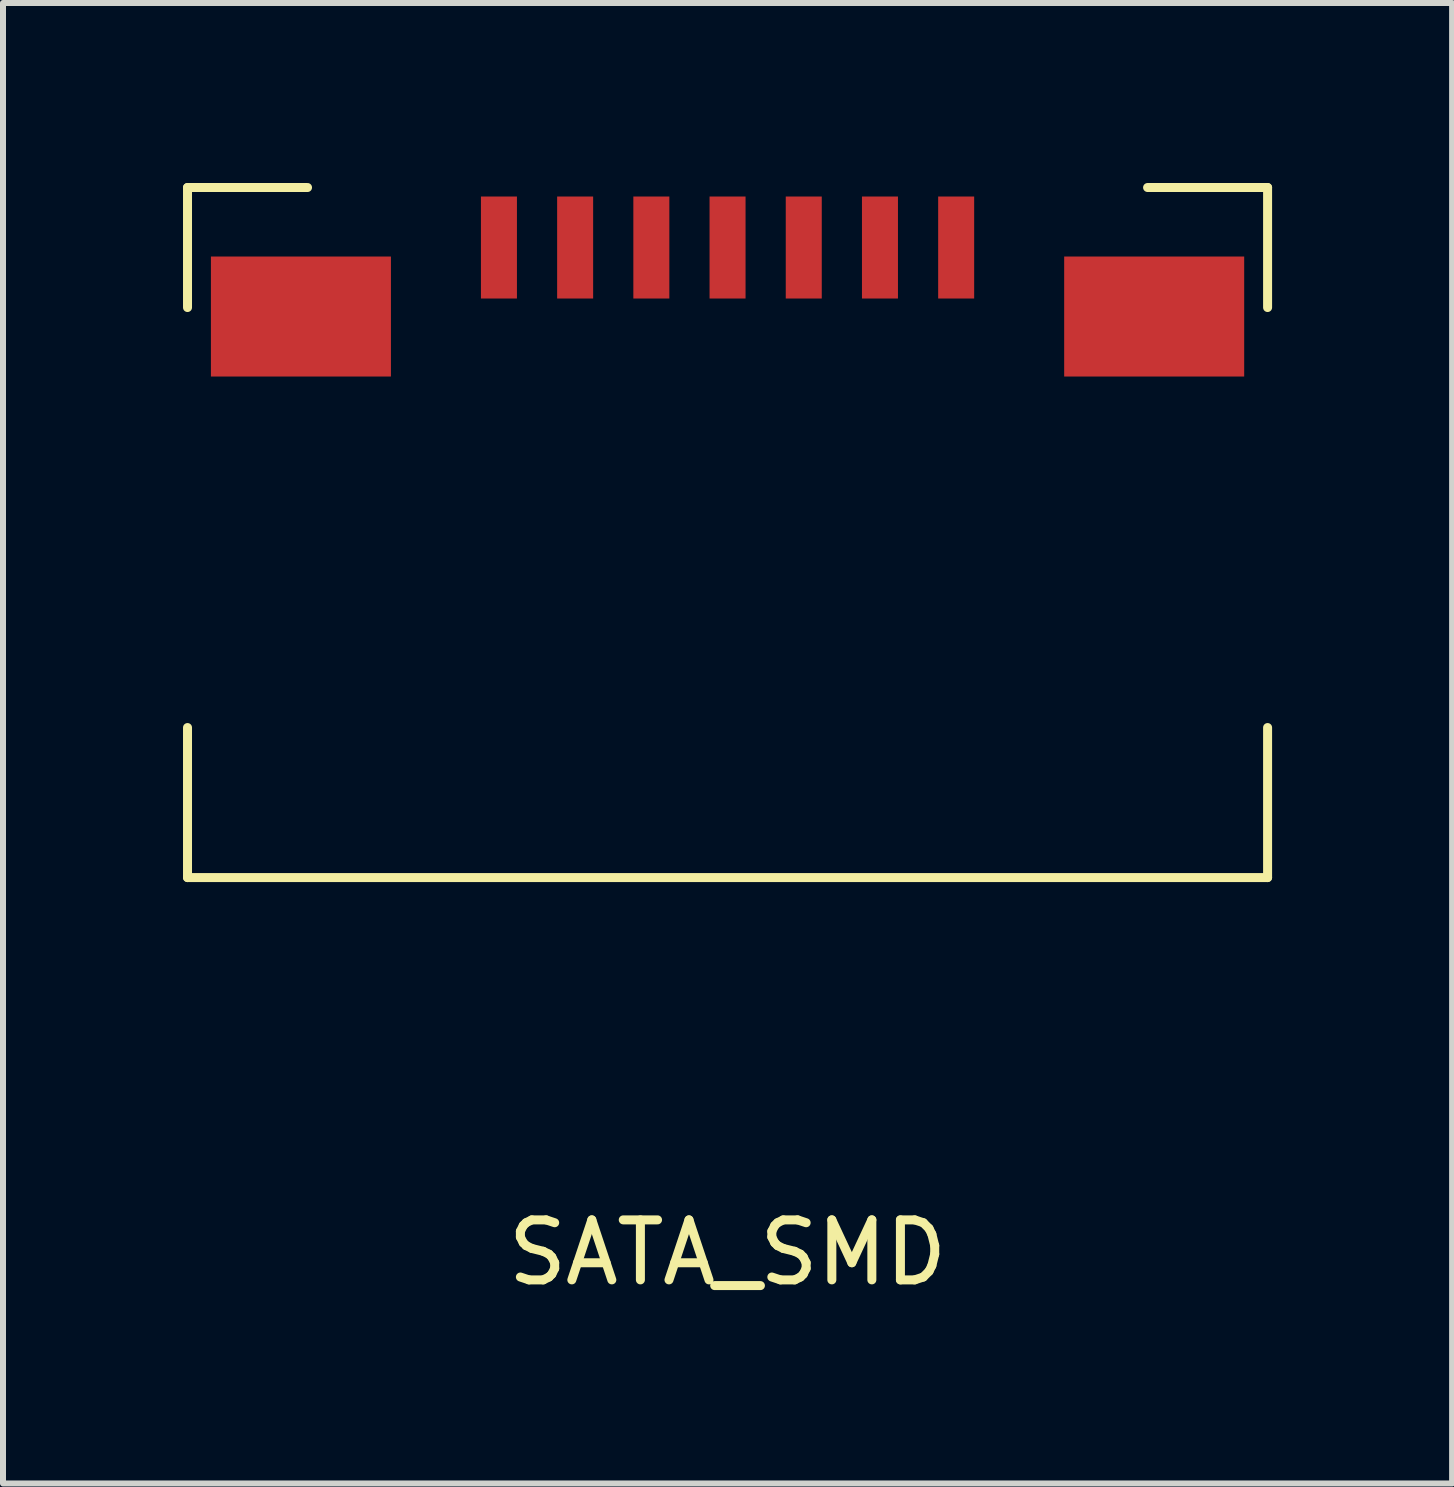
<source format=kicad_pcb>
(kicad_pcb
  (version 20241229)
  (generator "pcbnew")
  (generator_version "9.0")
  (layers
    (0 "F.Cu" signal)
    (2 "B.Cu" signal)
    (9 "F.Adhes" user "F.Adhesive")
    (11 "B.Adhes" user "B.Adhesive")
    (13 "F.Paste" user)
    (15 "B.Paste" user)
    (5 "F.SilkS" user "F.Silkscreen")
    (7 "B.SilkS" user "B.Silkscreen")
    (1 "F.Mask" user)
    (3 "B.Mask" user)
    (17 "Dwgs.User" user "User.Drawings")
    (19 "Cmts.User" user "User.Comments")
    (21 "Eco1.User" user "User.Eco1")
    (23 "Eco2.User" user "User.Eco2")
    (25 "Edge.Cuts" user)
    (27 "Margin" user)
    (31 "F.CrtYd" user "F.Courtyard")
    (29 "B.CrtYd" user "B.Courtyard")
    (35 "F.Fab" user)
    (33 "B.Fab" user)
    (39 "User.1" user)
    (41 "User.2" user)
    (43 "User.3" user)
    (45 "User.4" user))
  (footprint "SATA_SMD"
    (layer "F.Cu")
    (at 9.075 1.075)
    (property "Reference" "SATA_SMD" (at 0 16.75 0) (layer "F.SilkS") (effects (font (size 1 1) (thickness 0.15))))
    (attr through_hole)
    (fp_line (start -9 -1) (end -9 1) (stroke (width 0.15) (type solid)) (layer "F.SilkS"))
    (fp_line (start -9 -1) (end -7 -1) (stroke (width 0.15) (type solid)) (layer "F.SilkS"))
    (fp_line (start -9 10.5) (end -9 8) (stroke (width 0.15) (type solid)) (layer "F.SilkS"))
    (fp_line (start -9 10.5) (end 9 10.5) (stroke (width 0.15) (type solid)) (layer "F.SilkS"))
    (fp_line (start 7 -1) (end 9 -1) (stroke (width 0.15) (type solid)) (layer "F.SilkS"))
    (fp_line (start 9 -1) (end 9 1) (stroke (width 0.15) (type solid)) (layer "F.SilkS"))
    (fp_line (start 9 10.5) (end 9 8) (stroke (width 0.15) (type solid)) (layer "F.SilkS"))
    (pad "" smd rect (at -7.11 1.15) (size 3 2) (layers "F.Cu" "F.Mask" "F.Paste"))
    (pad "" smd rect (at 7.11 1.15) (size 3 2) (layers "F.Cu" "F.Mask" "F.Paste"))
    (pad "1" smd rect (at 3.81 0) (size 0.6 1.7) (layers "F.Cu" "F.Mask" "F.Paste"))
    (pad "2" smd rect (at 2.54 0) (size 0.6 1.7) (layers "F.Cu" "F.Mask" "F.Paste"))
    (pad "3" smd rect (at 1.27 0) (size 0.6 1.7) (layers "F.Cu" "F.Mask" "F.Paste"))
    (pad "4" smd rect (at 0 0) (size 0.6 1.7) (layers "F.Cu" "F.Mask" "F.Paste"))
    (pad "5" smd rect (at -1.27 0) (size 0.6 1.7) (layers "F.Cu" "F.Mask" "F.Paste"))
    (pad "6" smd rect (at -2.54 0) (size 0.6 1.7) (layers "F.Cu" "F.Mask" "F.Paste"))
    (pad "7" smd rect (at -3.81 0) (size 0.6 1.7) (layers "F.Cu" "F.Mask" "F.Paste")))
  (gr_rect
    (start -3 -3)
    (end 21.15 21.673)
    (stroke (width 0.1) (type default))
    (fill no)
    (layer "Edge.Cuts")))
</source>
